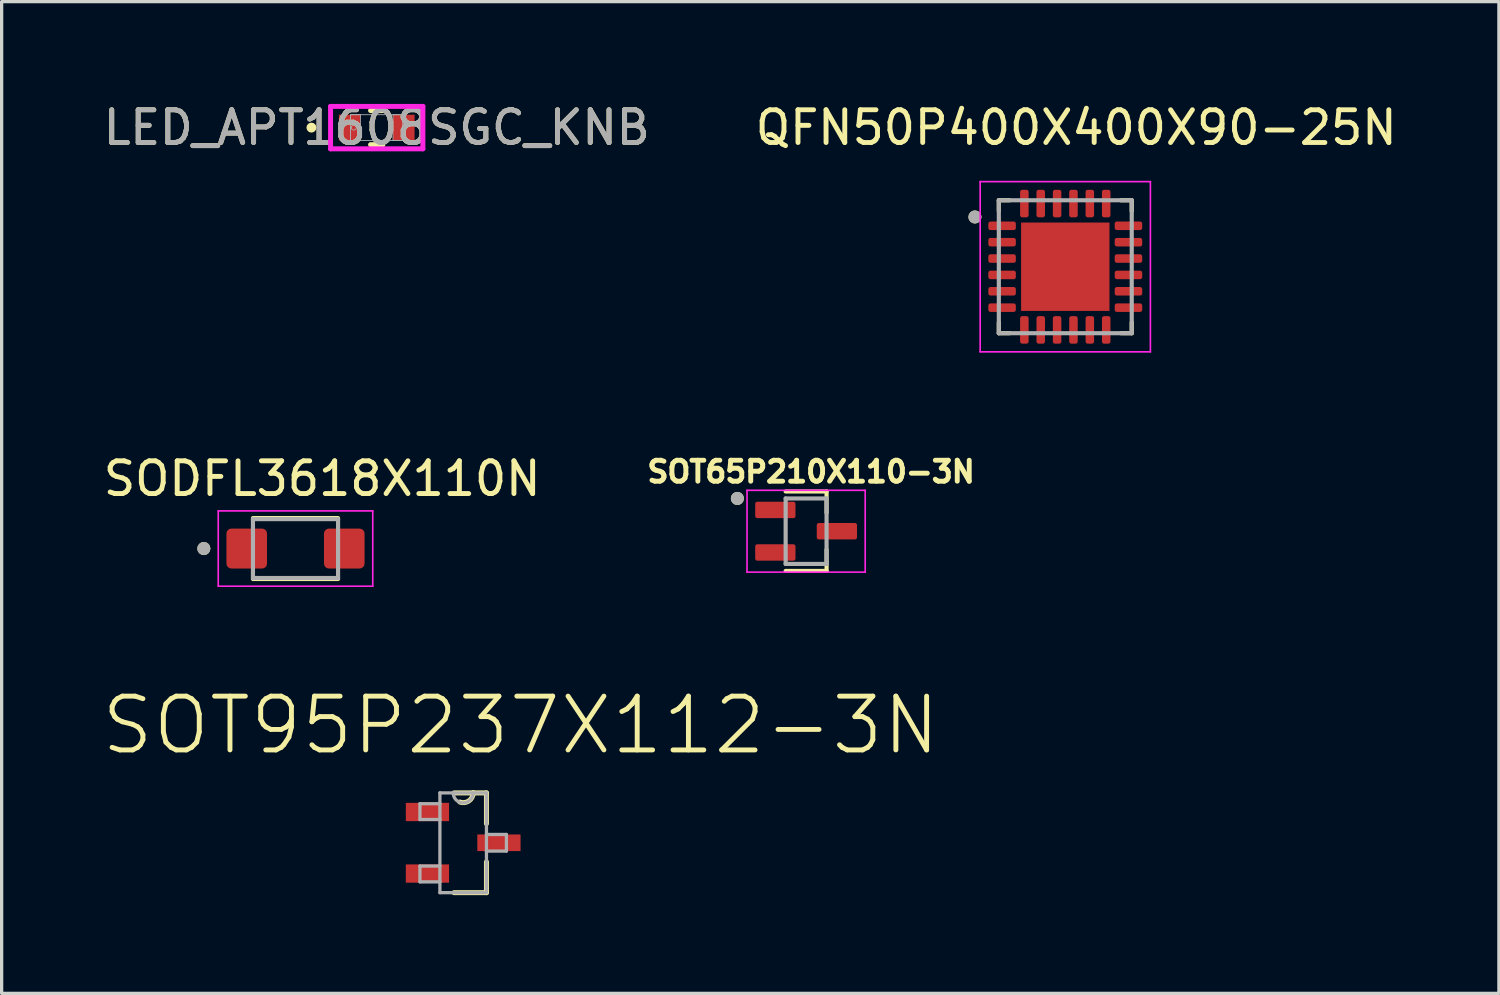
<source format=kicad_pcb>
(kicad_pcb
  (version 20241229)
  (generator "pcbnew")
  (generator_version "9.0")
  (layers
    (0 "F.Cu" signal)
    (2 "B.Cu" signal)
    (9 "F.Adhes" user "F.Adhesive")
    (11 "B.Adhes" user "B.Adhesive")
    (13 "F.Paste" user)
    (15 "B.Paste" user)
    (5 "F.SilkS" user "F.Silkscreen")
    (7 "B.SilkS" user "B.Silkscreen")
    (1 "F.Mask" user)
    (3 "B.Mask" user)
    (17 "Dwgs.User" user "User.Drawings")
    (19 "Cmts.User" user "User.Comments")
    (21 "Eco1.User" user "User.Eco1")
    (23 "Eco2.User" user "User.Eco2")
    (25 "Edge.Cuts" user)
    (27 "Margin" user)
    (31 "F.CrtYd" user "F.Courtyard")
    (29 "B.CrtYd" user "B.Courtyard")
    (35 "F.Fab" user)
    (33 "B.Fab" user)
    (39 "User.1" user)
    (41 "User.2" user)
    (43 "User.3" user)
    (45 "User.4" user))
  (footprint "QFN50P400X400X90-25N"
    (layer "F.Cu")
    (at 29.492 5.098)
    (property "Reference" "QFN50P400X400X90-25N" (at 0.335 -4.25 0) (layer "F.SilkS") (effects (font (size 1 1) (thickness 0.15))))
    (attr smd)
    (fp_line (start -2.03 -2.03) (end -2.03 -1.7) (stroke (width 0.127) (type solid)) (layer "F.SilkS"))
    (fp_line (start -2.03 -2.03) (end -1.7 -2.03) (stroke (width 0.127) (type solid)) (layer "F.SilkS"))
    (fp_line (start -2.03 2.03) (end -2.03 1.7) (stroke (width 0.127) (type solid)) (layer "F.SilkS"))
    (fp_line (start -2.03 2.03) (end -1.7 2.03) (stroke (width 0.127) (type solid)) (layer "F.SilkS"))
    (fp_line (start 2.03 -2.03) (end 1.7 -2.03) (stroke (width 0.127) (type solid)) (layer "F.SilkS"))
    (fp_line (start 2.03 -2.03) (end 2.03 -1.7) (stroke (width 0.127) (type solid)) (layer "F.SilkS"))
    (fp_line (start 2.03 2.03) (end 1.7 2.03) (stroke (width 0.127) (type solid)) (layer "F.SilkS"))
    (fp_line (start 2.03 2.03) (end 2.03 1.7) (stroke (width 0.127) (type solid)) (layer "F.SilkS"))
    (fp_circle (center -2.76 -1.52) (end -2.66 -1.52) (stroke (width 0.2) (type solid)) (fill no) (layer "F.SilkS"))
    (fp_poly (pts (xy -1.09 -1.09) (xy -0.13 -1.09) (xy -0.13 -0.13) (xy -1.09 -0.13)) (stroke (width 0.01) (type solid)) (fill yes) (layer "F.Paste"))
    (fp_poly (pts (xy -1.09 0.13) (xy -0.13 0.13) (xy -0.13 1.09) (xy -1.09 1.09)) (stroke (width 0.01) (type solid)) (fill yes) (layer "F.Paste"))
    (fp_poly (pts (xy 0.13 -1.09) (xy 1.09 -1.09) (xy 1.09 -0.13) (xy 0.13 -0.13)) (stroke (width 0.01) (type solid)) (fill yes) (layer "F.Paste"))
    (fp_poly (pts (xy 0.13 0.13) (xy 1.09 0.13) (xy 1.09 1.09) (xy 0.13 1.09)) (stroke (width 0.01) (type solid)) (fill yes) (layer "F.Paste"))
    (fp_line (start -2.6 -2.6) (end 2.6 -2.6) (stroke (width 0.05) (type solid)) (layer "F.CrtYd"))
    (fp_line (start -2.6 2.6) (end -2.6 -2.6) (stroke (width 0.05) (type solid)) (layer "F.CrtYd"))
    (fp_line (start -2.6 2.6) (end 2.6 2.6) (stroke (width 0.05) (type solid)) (layer "F.CrtYd"))
    (fp_line (start 2.6 2.6) (end 2.6 -2.6) (stroke (width 0.05) (type solid)) (layer "F.CrtYd"))
    (fp_line (start -2.03 2.03) (end -2.03 -2.03) (stroke (width 0.127) (type solid)) (layer "F.Fab"))
    (fp_line (start 2.03 -2.03) (end -2.03 -2.03) (stroke (width 0.127) (type solid)) (layer "F.Fab"))
    (fp_line (start 2.03 2.03) (end -2.03 2.03) (stroke (width 0.127) (type solid)) (layer "F.Fab"))
    (fp_line (start 2.03 2.03) (end 2.03 -2.03) (stroke (width 0.127) (type solid)) (layer "F.Fab"))
    (fp_circle (center -2.76 -1.52) (end -2.66 -1.52) (stroke (width 0.2) (type solid)) (fill no) (layer "F.Fab"))
    (pad "1" smd roundrect (at -1.93 -1.25) (size 0.84 0.26) (layers "F.Cu" "F.Mask" "F.Paste") (roundrect_rratio 0.25))
    (pad "2" smd roundrect (at -1.93 -0.75) (size 0.84 0.26) (layers "F.Cu" "F.Mask" "F.Paste") (roundrect_rratio 0.25))
    (pad "3" smd roundrect (at -1.93 -0.25) (size 0.84 0.26) (layers "F.Cu" "F.Mask" "F.Paste") (roundrect_rratio 0.25))
    (pad "4" smd roundrect (at -1.93 0.25) (size 0.84 0.26) (layers "F.Cu" "F.Mask" "F.Paste") (roundrect_rratio 0.25))
    (pad "5" smd roundrect (at -1.93 0.75) (size 0.84 0.26) (layers "F.Cu" "F.Mask" "F.Paste") (roundrect_rratio 0.25))
    (pad "6" smd roundrect (at -1.93 1.25) (size 0.84 0.26) (layers "F.Cu" "F.Mask" "F.Paste") (roundrect_rratio 0.25))
    (pad "7" smd roundrect (at -1.25 1.93 90) (size 0.84 0.26) (layers "F.Cu" "F.Mask" "F.Paste") (roundrect_rratio 0.25))
    (pad "8" smd roundrect (at -0.75 1.93 90) (size 0.84 0.26) (layers "F.Cu" "F.Mask" "F.Paste") (roundrect_rratio 0.25))
    (pad "9" smd roundrect (at -0.25 1.93 90) (size 0.84 0.26) (layers "F.Cu" "F.Mask" "F.Paste") (roundrect_rratio 0.25))
    (pad "10" smd roundrect (at 0.25 1.93 90) (size 0.84 0.26) (layers "F.Cu" "F.Mask" "F.Paste") (roundrect_rratio 0.25))
    (pad "11" smd roundrect (at 0.75 1.93 90) (size 0.84 0.26) (layers "F.Cu" "F.Mask" "F.Paste") (roundrect_rratio 0.25))
    (pad "12" smd roundrect (at 1.25 1.93 90) (size 0.84 0.26) (layers "F.Cu" "F.Mask" "F.Paste") (roundrect_rratio 0.25))
    (pad "13" smd roundrect (at 1.93 1.25) (size 0.84 0.26) (layers "F.Cu" "F.Mask" "F.Paste") (roundrect_rratio 0.25))
    (pad "14" smd roundrect (at 1.93 0.75) (size 0.84 0.26) (layers "F.Cu" "F.Mask" "F.Paste") (roundrect_rratio 0.25))
    (pad "15" smd roundrect (at 1.93 0.25) (size 0.84 0.26) (layers "F.Cu" "F.Mask" "F.Paste") (roundrect_rratio 0.25))
    (pad "16" smd roundrect (at 1.93 -0.25) (size 0.84 0.26) (layers "F.Cu" "F.Mask" "F.Paste") (roundrect_rratio 0.25))
    (pad "17" smd roundrect (at 1.93 -0.75) (size 0.84 0.26) (layers "F.Cu" "F.Mask" "F.Paste") (roundrect_rratio 0.25))
    (pad "18" smd roundrect (at 1.93 -1.25) (size 0.84 0.26) (layers "F.Cu" "F.Mask" "F.Paste") (roundrect_rratio 0.25))
    (pad "19" smd roundrect (at 1.25 -1.93 90) (size 0.84 0.26) (layers "F.Cu" "F.Mask" "F.Paste") (roundrect_rratio 0.25))
    (pad "20" smd roundrect (at 0.75 -1.93 90) (size 0.84 0.26) (layers "F.Cu" "F.Mask" "F.Paste") (roundrect_rratio 0.25))
    (pad "21" smd roundrect (at 0.25 -1.93 90) (size 0.84 0.26) (layers "F.Cu" "F.Mask" "F.Paste") (roundrect_rratio 0.25))
    (pad "22" smd roundrect (at -0.25 -1.93 90) (size 0.84 0.26) (layers "F.Cu" "F.Mask" "F.Paste") (roundrect_rratio 0.25))
    (pad "23" smd roundrect (at -0.75 -1.93 90) (size 0.84 0.26) (layers "F.Cu" "F.Mask" "F.Paste") (roundrect_rratio 0.25))
    (pad "24" smd roundrect (at -1.25 -1.93 90) (size 0.84 0.26) (layers "F.Cu" "F.Mask" "F.Paste") (roundrect_rratio 0.25))
    (pad "25" smd rect (at 0 0) (size 2.7 2.7) (layers "F.Cu" "F.Mask")))
  (footprint "LED_APT1608SGC_KNB"
    (layer "F.Cu")
    (at 8.458 0.848)
    (property "Reference" "LED_APT1608SGC_KNB" (at 0 0 0) (unlocked yes) (layer "F.SilkS") (effects (font (size 1 1) (thickness 0.15))))
    (attr smd)
    (fp_line (start -0.188 0.521) (end 0.188 0.521) (stroke (width 0.152) (type solid)) (layer "F.SilkS"))
    (fp_line (start 0.188 -0.521) (end -0.188 -0.521) (stroke (width 0.152) (type solid)) (layer "F.SilkS"))
    (fp_circle (center -1.994 0) (end -1.918 0) (stroke (width 0.152) (type solid)) (fill no) (layer "F.SilkS"))
    (fp_line (start -1.41 -0.648) (end 1.41 -0.648) (stroke (width 0.152) (type solid)) (layer "F.CrtYd"))
    (fp_line (start -1.41 0.648) (end -1.41 -0.648) (stroke (width 0.152) (type solid)) (layer "F.CrtYd"))
    (fp_line (start 1.41 -0.648) (end 1.41 0.648) (stroke (width 0.152) (type solid)) (layer "F.CrtYd"))
    (fp_line (start 1.41 0.648) (end -1.41 0.648) (stroke (width 0.152) (type solid)) (layer "F.CrtYd"))
    (fp_line (start -0.8 -0.394) (end -0.8 0.394) (stroke (width 0.025) (type solid)) (layer "F.Fab"))
    (fp_line (start -0.8 -0.394) (end -0.8 0.394) (stroke (width 0.025) (type solid)) (layer "F.Fab"))
    (fp_line (start -0.8 0.394) (end -0.495 0.394) (stroke (width 0.025) (type solid)) (layer "F.Fab"))
    (fp_line (start -0.8 0.394) (end 0.8 0.394) (stroke (width 0.025) (type solid)) (layer "F.Fab"))
    (fp_line (start -0.495 -0.394) (end -0.8 -0.394) (stroke (width 0.025) (type solid)) (layer "F.Fab"))
    (fp_line (start -0.495 0.394) (end -0.495 -0.394) (stroke (width 0.025) (type solid)) (layer "F.Fab"))
    (fp_line (start 0.495 -0.394) (end 0.495 0.394) (stroke (width 0.025) (type solid)) (layer "F.Fab"))
    (fp_line (start 0.495 0.394) (end 0.8 0.394) (stroke (width 0.025) (type solid)) (layer "F.Fab"))
    (fp_line (start 0.8 -0.394) (end -0.8 -0.394) (stroke (width 0.025) (type solid)) (layer "F.Fab"))
    (fp_line (start 0.8 -0.394) (end 0.495 -0.394) (stroke (width 0.025) (type solid)) (layer "F.Fab"))
    (fp_line (start 0.8 0.394) (end 0.8 -0.394) (stroke (width 0.025) (type solid)) (layer "F.Fab"))
    (fp_line (start 0.8 0.394) (end 0.8 -0.394) (stroke (width 0.025) (type solid)) (layer "F.Fab"))
    (fp_circle (center -0.699 0) (end -0.622 0) (stroke (width 0.025) (type solid)) (fill no) (layer "F.Fab"))
    (fp_text user "${REFERENCE}" (at 0 0 0) (unlocked yes) (layer "F.Fab") (effects (font (size 1 1) (thickness 0.15))))
    (pad "1" smd rect (at -0.826 0) (size 0.66 0.787) (layers "F.Cu" "F.Mask" "F.Paste"))
    (pad "2" smd rect (at 0.826 0) (size 0.66 0.787) (layers "F.Cu" "F.Mask" "F.Paste"))
    (zone (net_name "") (layer "F.Cu") (hatch full 0.508) (connect_pads) (min_thickness 0.254) (filled_areas_thickness no) (keepout (tracks not_allowed) (vias not_allowed) (pads allowed) (copperpour not_allowed) (footprints allowed)) (placement (enabled no)) (fill) (polygon (pts (xy 8.014 0.505) (xy 8.903 0.505) (xy 8.903 1.191) (xy 8.014 1.191)))))
  (footprint "SOT65P210X110-3N"
    (layer "F.Cu")
    (at 21.575 13.177)
    (property "Reference" "SOT65P210X110-3N" (at 0.152 -1.816 0) (layer "F.SilkS") (effects (font (size 0.64 0.64) (thickness 0.15))))
    (attr smd)
    (fp_line (start -0.625 -1.214) (end 0.625 -1.214) (stroke (width 0.127) (type solid)) (layer "F.SilkS"))
    (fp_line (start -0.625 1.214) (end 0.625 1.214) (stroke (width 0.127) (type solid)) (layer "F.SilkS"))
    (fp_line (start 0.625 -1.214) (end 0.625 -0.564) (stroke (width 0.127) (type solid)) (layer "F.SilkS"))
    (fp_line (start 0.625 1.214) (end 0.625 0.564) (stroke (width 0.127) (type solid)) (layer "F.SilkS"))
    (fp_circle (center -2.1 -1) (end -2 -1) (stroke (width 0.2) (type solid)) (fill no) (layer "F.SilkS"))
    (fp_line (start -1.805 -1.25) (end 1.805 -1.25) (stroke (width 0.05) (type solid)) (layer "F.CrtYd"))
    (fp_line (start -1.805 1.25) (end -1.805 -1.25) (stroke (width 0.05) (type solid)) (layer "F.CrtYd"))
    (fp_line (start 1.805 1.25) (end -1.805 1.25) (stroke (width 0.05) (type solid)) (layer "F.CrtYd"))
    (fp_line (start 1.805 1.25) (end 1.805 -1.25) (stroke (width 0.05) (type solid)) (layer "F.CrtYd"))
    (fp_line (start -0.625 -1) (end 0.625 -1) (stroke (width 0.127) (type solid)) (layer "F.Fab"))
    (fp_line (start -0.625 1) (end -0.625 -1) (stroke (width 0.127) (type solid)) (layer "F.Fab"))
    (fp_line (start 0.625 -1) (end 0.625 1) (stroke (width 0.127) (type solid)) (layer "F.Fab"))
    (fp_line (start 0.625 1) (end -0.625 1) (stroke (width 0.127) (type solid)) (layer "F.Fab"))
    (fp_circle (center -2.1 -1) (end -2 -1) (stroke (width 0.2) (type solid)) (fill no) (layer "F.Fab"))
    (pad "1" smd roundrect (at -0.94 -0.65) (size 1.23 0.5) (layers "F.Cu" "F.Mask" "F.Paste") (roundrect_rratio 0.125))
    (pad "2" smd roundrect (at -0.94 0.65) (size 1.23 0.5) (layers "F.Cu" "F.Mask" "F.Paste") (roundrect_rratio 0.125))
    (pad "3" smd roundrect (at 0.94 0) (size 1.23 0.5) (layers "F.Cu" "F.Mask" "F.Paste") (roundrect_rratio 0.125)))
  (footprint "SOT95P237X112-3N"
    (layer "F.Cu")
    (at 11.099 22.695)
    (property "Reference" "SOT95P237X112-3N" (at 1.756 -3.589 0) (layer "F.SilkS") (effects (font (size 1.643 1.643) (thickness 0.15))))
    (attr smd)
    (fp_line (start -0.279 1.524) (end 0.711 1.524) (stroke (width 0.152) (type solid)) (layer "F.SilkS"))
    (fp_line (start 0.305 -1.524) (end -0.279 -1.524) (stroke (width 0.152) (type solid)) (layer "F.SilkS"))
    (fp_line (start 0.711 -1.524) (end 0.305 -1.524) (stroke (width 0.152) (type solid)) (layer "F.SilkS"))
    (fp_line (start 0.711 -0.584) (end 0.711 -1.524) (stroke (width 0.152) (type solid)) (layer "F.SilkS"))
    (fp_line (start 0.711 1.524) (end 0.711 0.584) (stroke (width 0.152) (type solid)) (layer "F.SilkS"))
    (fp_arc (start 0.3048 -1.524) (mid 0.174323 -1.278521) (end -0.1016 -1.2446) (stroke (width 0.1524) (type solid)) (layer "F.SilkS"))
    (fp_line (start -1.321 -1.194) (end -1.321 -0.711) (stroke (width 0.1) (type solid)) (layer "F.Fab"))
    (fp_line (start -1.321 -0.711) (end -0.711 -0.711) (stroke (width 0.1) (type solid)) (layer "F.Fab"))
    (fp_line (start -1.321 0.711) (end -1.321 1.194) (stroke (width 0.1) (type solid)) (layer "F.Fab"))
    (fp_line (start -1.321 1.194) (end -0.711 1.194) (stroke (width 0.1) (type solid)) (layer "F.Fab"))
    (fp_line (start -0.711 -1.524) (end -0.711 -1.194) (stroke (width 0.1) (type solid)) (layer "F.Fab"))
    (fp_line (start -0.711 -1.194) (end -1.321 -1.194) (stroke (width 0.1) (type solid)) (layer "F.Fab"))
    (fp_line (start -0.711 -1.194) (end -0.711 -0.711) (stroke (width 0.1) (type solid)) (layer "F.Fab"))
    (fp_line (start -0.711 -0.711) (end -0.711 0.711) (stroke (width 0.1) (type solid)) (layer "F.Fab"))
    (fp_line (start -0.711 0.711) (end -1.321 0.711) (stroke (width 0.1) (type solid)) (layer "F.Fab"))
    (fp_line (start -0.711 1.194) (end -0.711 0.711) (stroke (width 0.1) (type solid)) (layer "F.Fab"))
    (fp_line (start -0.711 1.524) (end -0.711 1.194) (stroke (width 0.1) (type solid)) (layer "F.Fab"))
    (fp_line (start -0.711 1.524) (end 0.711 1.524) (stroke (width 0.1) (type solid)) (layer "F.Fab"))
    (fp_line (start -0.305 -1.524) (end -0.711 -1.524) (stroke (width 0.1) (type solid)) (layer "F.Fab"))
    (fp_line (start 0.305 -1.524) (end -0.305 -1.524) (stroke (width 0.1) (type solid)) (layer "F.Fab"))
    (fp_line (start 0.711 -1.524) (end 0.305 -1.524) (stroke (width 0.1) (type solid)) (layer "F.Fab"))
    (fp_line (start 0.711 -0.254) (end 0.711 -1.524) (stroke (width 0.1) (type solid)) (layer "F.Fab"))
    (fp_line (start 0.711 0.254) (end 0.711 -0.254) (stroke (width 0.1) (type solid)) (layer "F.Fab"))
    (fp_line (start 0.711 0.254) (end 1.321 0.254) (stroke (width 0.1) (type solid)) (layer "F.Fab"))
    (fp_line (start 0.711 1.524) (end 0.711 0.254) (stroke (width 0.1) (type solid)) (layer "F.Fab"))
    (fp_line (start 1.321 -0.254) (end 0.711 -0.254) (stroke (width 0.1) (type solid)) (layer "F.Fab"))
    (fp_line (start 1.321 0.254) (end 1.321 -0.254) (stroke (width 0.1) (type solid)) (layer "F.Fab"))
    (fp_arc (start 0.3048 -1.524) (mid 0 -1.2192) (end -0.3048 -1.524) (stroke (width 0.1) (type solid)) (layer "F.Fab"))
    (pad "1" smd rect (at -1.092 -0.94) (size 1.321 0.559) (layers "F.Cu" "F.Mask" "F.Paste"))
    (pad "2" smd rect (at -1.092 0.94) (size 1.321 0.559) (layers "F.Cu" "F.Mask" "F.Paste"))
    (pad "3" smd rect (at 1.092 0) (size 1.321 0.508) (layers "F.Cu" "F.Mask" "F.Paste")))
  (footprint "SODFL3618X110N"
    (layer "F.Cu")
    (at 5.977 13.707)
    (property "Reference" "SODFL3618X110N" (at 0.815 -2.135 0) (layer "F.SilkS") (effects (font (size 1 1) (thickness 0.15))))
    (attr smd)
    (fp_line (start -1.3 -0.93) (end 1.3 -0.93) (stroke (width 0.127) (type solid)) (layer "F.SilkS"))
    (fp_line (start -1.3 0.93) (end 1.3 0.93) (stroke (width 0.127) (type solid)) (layer "F.SilkS"))
    (fp_circle (center -2.8 0) (end -2.7 0) (stroke (width 0.2) (type solid)) (fill no) (layer "F.SilkS"))
    (fp_line (start -2.36 -1.15) (end -2.36 1.15) (stroke (width 0.05) (type solid)) (layer "F.CrtYd"))
    (fp_line (start -2.36 1.15) (end 2.36 1.15) (stroke (width 0.05) (type solid)) (layer "F.CrtYd"))
    (fp_line (start 2.36 -1.15) (end -2.36 -1.15) (stroke (width 0.05) (type solid)) (layer "F.CrtYd"))
    (fp_line (start 2.36 1.15) (end 2.36 -1.15) (stroke (width 0.05) (type solid)) (layer "F.CrtYd"))
    (fp_line (start -1.3 -0.9) (end 1.3 -0.9) (stroke (width 0.127) (type solid)) (layer "F.Fab"))
    (fp_line (start -1.3 0.9) (end -1.3 -0.9) (stroke (width 0.127) (type solid)) (layer "F.Fab"))
    (fp_line (start 1.3 -0.9) (end 1.3 0.9) (stroke (width 0.127) (type solid)) (layer "F.Fab"))
    (fp_line (start 1.3 0.9) (end -1.3 0.9) (stroke (width 0.127) (type solid)) (layer "F.Fab"))
    (fp_circle (center -2.8 0) (end -2.7 0) (stroke (width 0.2) (type solid)) (fill no) (layer "F.Fab"))
    (pad "A" smd roundrect (at 1.49 0) (size 1.24 1.22) (layers "F.Cu" "F.Mask" "F.Paste") (roundrect_rratio 0.125))
    (pad "C" smd roundrect (at -1.49 0) (size 1.24 1.22) (layers "F.Cu" "F.Mask" "F.Paste") (roundrect_rratio 0.125)))
  (gr_rect
    (start -3 -3)
    (end 42.738 27.295)
    (stroke (width 0.1) (type default))
    (fill no)
    (layer "Edge.Cuts")))
</source>
